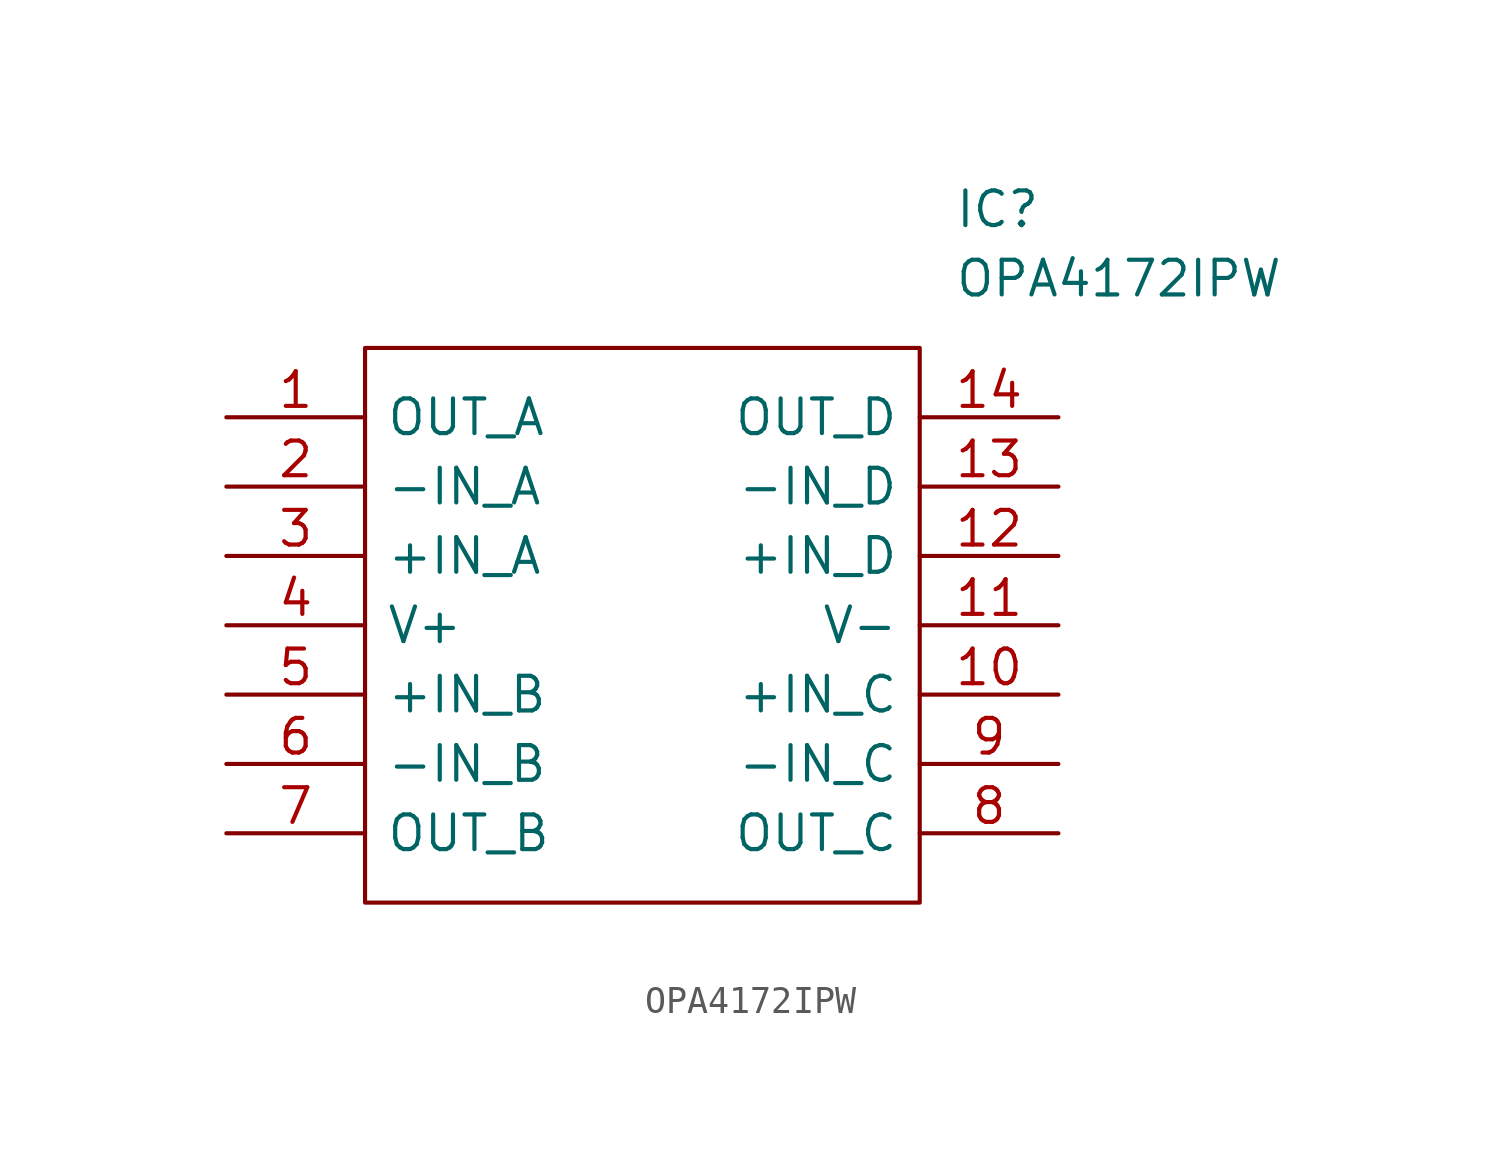
<source format=kicad_sym>
(kicad_symbol_lib
  (version 20211014)
  (generator kicad_symbol_editor)
  (symbol "OPA4172IPW"
    (pin_names
      (offset 0.762))
    (property "Reference" "IC"
      (at 26.67 7.62 0)
      (effects (font (size 1.27 1.27)) (justify left)))
    (property "Value" "OPA4172IPW"
      (at 26.67 5.08 0)
      (effects (font (size 1.27 1.27)) (justify left)))
    (symbol "OPA4172IPW_0_0"
      (pin output line (at 0 0 0) (length 5.08) (name "OUT_A" (effects (font (size 1.27 1.27)))) (number "1" (effects (font (size 1.27 1.27)))))
      (pin input line (at 30.48 -10.16 180) (length 5.08) (name "+IN_C" (effects (font (size 1.27 1.27)))) (number "10" (effects (font (size 1.27 1.27)))))
      (pin power_in line (at 30.48 -7.62 180) (length 5.08) (name "V-" (effects (font (size 1.27 1.27)))) (number "11" (effects (font (size 1.27 1.27)))))
      (pin input line (at 30.48 -5.08 180) (length 5.08) (name "+IN_D" (effects (font (size 1.27 1.27)))) (number "12" (effects (font (size 1.27 1.27)))))
      (pin input line (at 30.48 -2.54 180) (length 5.08) (name "-IN_D" (effects (font (size 1.27 1.27)))) (number "13" (effects (font (size 1.27 1.27)))))
      (pin output line (at 30.48 0 180) (length 5.08) (name "OUT_D" (effects (font (size 1.27 1.27)))) (number "14" (effects (font (size 1.27 1.27)))))
      (pin input line (at 0 -2.54 0) (length 5.08) (name "-IN_A" (effects (font (size 1.27 1.27)))) (number "2" (effects (font (size 1.27 1.27)))))
      (pin input line (at 0 -5.08 0) (length 5.08) (name "+IN_A" (effects (font (size 1.27 1.27)))) (number "3" (effects (font (size 1.27 1.27)))))
      (pin power_in line (at 0 -7.62 0) (length 5.08) (name "V+" (effects (font (size 1.27 1.27)))) (number "4" (effects (font (size 1.27 1.27)))))
      (pin input line (at 0 -10.16 0) (length 5.08) (name "+IN_B" (effects (font (size 1.27 1.27)))) (number "5" (effects (font (size 1.27 1.27)))))
      (pin input line (at 0 -12.7 0) (length 5.08) (name "-IN_B" (effects (font (size 1.27 1.27)))) (number "6" (effects (font (size 1.27 1.27)))))
      (pin output line (at 0 -15.24 0) (length 5.08) (name "OUT_B" (effects (font (size 1.27 1.27)))) (number "7" (effects (font (size 1.27 1.27)))))
      (pin output line (at 30.48 -15.24 180) (length 5.08) (name "OUT_C" (effects (font (size 1.27 1.27)))) (number "8" (effects (font (size 1.27 1.27)))))
      (pin input line (at 30.48 -12.7 180) (length 5.08) (name "-IN_C" (effects (font (size 1.27 1.27)))) (number "9" (effects (font (size 1.27 1.27))))))
    (symbol "OPA4172IPW_0_1"
      (polyline (pts (xy 5.08 2.54) (xy 25.4 2.54) (xy 25.4 -17.78) (xy 5.08 -17.78) (xy 5.08 2.54)) (stroke (width 0.152) (type default) (color 0 0 0 0)) (fill (type none))))))
</source>
